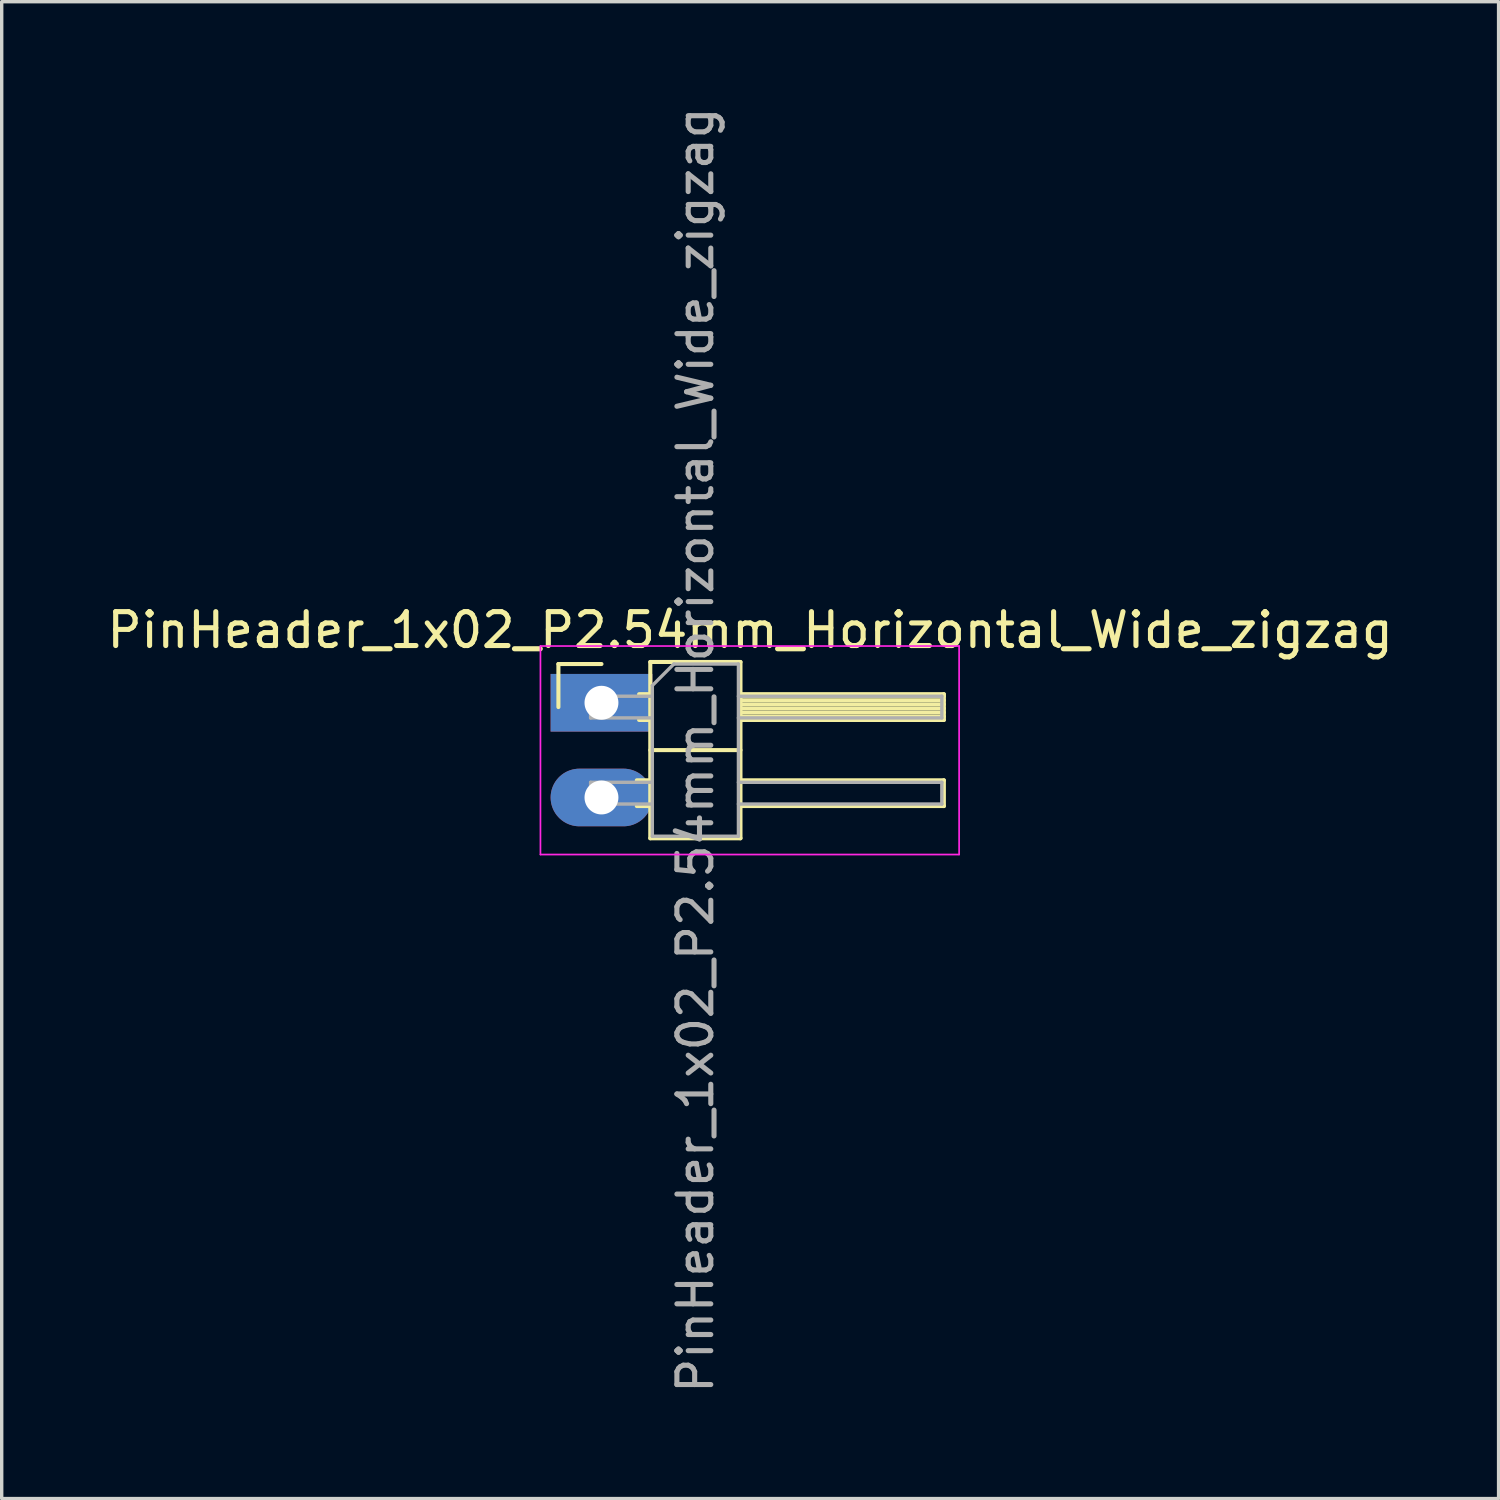
<source format=kicad_pcb>
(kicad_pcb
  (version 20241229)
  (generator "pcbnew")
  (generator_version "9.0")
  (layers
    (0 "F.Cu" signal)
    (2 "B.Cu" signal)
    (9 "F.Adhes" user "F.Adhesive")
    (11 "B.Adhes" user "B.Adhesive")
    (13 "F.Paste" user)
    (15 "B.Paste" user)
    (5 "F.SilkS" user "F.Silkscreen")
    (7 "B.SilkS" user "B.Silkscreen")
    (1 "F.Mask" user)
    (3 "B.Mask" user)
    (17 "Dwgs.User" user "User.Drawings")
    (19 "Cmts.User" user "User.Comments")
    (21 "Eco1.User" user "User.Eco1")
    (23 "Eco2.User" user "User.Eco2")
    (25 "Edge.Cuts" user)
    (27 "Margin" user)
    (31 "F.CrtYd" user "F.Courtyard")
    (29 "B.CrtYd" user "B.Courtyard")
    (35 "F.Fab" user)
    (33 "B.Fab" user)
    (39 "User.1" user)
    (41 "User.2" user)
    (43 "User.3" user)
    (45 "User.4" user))
  (footprint "PinHeader_1x02_P2.54mm_Horizontal_Wide_zigzag"
    (layer "F.Cu")
    (at 14.692 17.807)
    (property "Reference" "PinHeader_1x02_P2.54mm_Horizontal_Wide_zigzag" (at 4.385 -2.27 0) (layer "F.SilkS") (effects (font (size 1 1) (thickness 0.15))))
    (attr through_hole)
    (fp_line (start -1.27 -1.27) (end 0 -1.27) (stroke (width 0.12) (type solid)) (layer "F.SilkS"))
    (fp_line (start -1.27 0) (end -1.27 -1.27) (stroke (width 0.12) (type solid)) (layer "F.SilkS"))
    (fp_line (start 1.043 2.16) (end 1.44 2.16) (stroke (width 0.12) (type solid)) (layer "F.SilkS"))
    (fp_line (start 1.043 2.92) (end 1.44 2.92) (stroke (width 0.12) (type solid)) (layer "F.SilkS"))
    (fp_line (start 1.11 -0.38) (end 1.44 -0.38) (stroke (width 0.12) (type solid)) (layer "F.SilkS"))
    (fp_line (start 1.11 0.38) (end 1.44 0.38) (stroke (width 0.12) (type solid)) (layer "F.SilkS"))
    (fp_line (start 1.44 -1.33) (end 1.44 3.87) (stroke (width 0.12) (type solid)) (layer "F.SilkS"))
    (fp_line (start 1.44 1.27) (end 4.1 1.27) (stroke (width 0.12) (type solid)) (layer "F.SilkS"))
    (fp_line (start 1.44 3.87) (end 4.1 3.87) (stroke (width 0.12) (type solid)) (layer "F.SilkS"))
    (fp_line (start 4.1 -1.33) (end 1.44 -1.33) (stroke (width 0.12) (type solid)) (layer "F.SilkS"))
    (fp_line (start 4.1 -0.38) (end 10.1 -0.38) (stroke (width 0.12) (type solid)) (layer "F.SilkS"))
    (fp_line (start 4.1 -0.32) (end 10.1 -0.32) (stroke (width 0.12) (type solid)) (layer "F.SilkS"))
    (fp_line (start 4.1 -0.2) (end 10.1 -0.2) (stroke (width 0.12) (type solid)) (layer "F.SilkS"))
    (fp_line (start 4.1 -0.08) (end 10.1 -0.08) (stroke (width 0.12) (type solid)) (layer "F.SilkS"))
    (fp_line (start 4.1 0.04) (end 10.1 0.04) (stroke (width 0.12) (type solid)) (layer "F.SilkS"))
    (fp_line (start 4.1 0.16) (end 10.1 0.16) (stroke (width 0.12) (type solid)) (layer "F.SilkS"))
    (fp_line (start 4.1 0.28) (end 10.1 0.28) (stroke (width 0.12) (type solid)) (layer "F.SilkS"))
    (fp_line (start 4.1 2.16) (end 10.1 2.16) (stroke (width 0.12) (type solid)) (layer "F.SilkS"))
    (fp_line (start 4.1 3.87) (end 4.1 -1.33) (stroke (width 0.12) (type solid)) (layer "F.SilkS"))
    (fp_line (start 10.1 -0.38) (end 10.1 0.38) (stroke (width 0.12) (type solid)) (layer "F.SilkS"))
    (fp_line (start 10.1 0.38) (end 4.1 0.38) (stroke (width 0.12) (type solid)) (layer "F.SilkS"))
    (fp_line (start 10.1 2.16) (end 10.1 2.92) (stroke (width 0.12) (type solid)) (layer "F.SilkS"))
    (fp_line (start 10.1 2.92) (end 4.1 2.92) (stroke (width 0.12) (type solid)) (layer "F.SilkS"))
    (fp_line (start -1.8 -1.8) (end -1.8 4.35) (stroke (width 0.05) (type solid)) (layer "F.CrtYd"))
    (fp_line (start -1.8 4.35) (end 10.55 4.35) (stroke (width 0.05) (type solid)) (layer "F.CrtYd"))
    (fp_line (start 10.55 -1.8) (end -1.8 -1.8) (stroke (width 0.05) (type solid)) (layer "F.CrtYd"))
    (fp_line (start 10.55 4.35) (end 10.55 -1.8) (stroke (width 0.05) (type solid)) (layer "F.CrtYd"))
    (fp_line (start -0.32 -0.32) (end -0.32 0.32) (stroke (width 0.1) (type solid)) (layer "F.Fab"))
    (fp_line (start -0.32 -0.32) (end 1.5 -0.32) (stroke (width 0.1) (type solid)) (layer "F.Fab"))
    (fp_line (start -0.32 0.32) (end 1.5 0.32) (stroke (width 0.1) (type solid)) (layer "F.Fab"))
    (fp_line (start -0.32 2.22) (end -0.32 2.86) (stroke (width 0.1) (type solid)) (layer "F.Fab"))
    (fp_line (start -0.32 2.22) (end 1.5 2.22) (stroke (width 0.1) (type solid)) (layer "F.Fab"))
    (fp_line (start -0.32 2.86) (end 1.5 2.86) (stroke (width 0.1) (type solid)) (layer "F.Fab"))
    (fp_line (start 1.5 -0.635) (end 2.135 -1.27) (stroke (width 0.1) (type solid)) (layer "F.Fab"))
    (fp_line (start 1.5 3.81) (end 1.5 -0.635) (stroke (width 0.1) (type solid)) (layer "F.Fab"))
    (fp_line (start 2.135 -1.27) (end 4.04 -1.27) (stroke (width 0.1) (type solid)) (layer "F.Fab"))
    (fp_line (start 4.04 -1.27) (end 4.04 3.81) (stroke (width 0.1) (type solid)) (layer "F.Fab"))
    (fp_line (start 4.04 -0.32) (end 10.04 -0.32) (stroke (width 0.1) (type solid)) (layer "F.Fab"))
    (fp_line (start 4.04 0.32) (end 10.04 0.32) (stroke (width 0.1) (type solid)) (layer "F.Fab"))
    (fp_line (start 4.04 2.22) (end 10.04 2.22) (stroke (width 0.1) (type solid)) (layer "F.Fab"))
    (fp_line (start 4.04 2.86) (end 10.04 2.86) (stroke (width 0.1) (type solid)) (layer "F.Fab"))
    (fp_line (start 4.04 3.81) (end 1.5 3.81) (stroke (width 0.1) (type solid)) (layer "F.Fab"))
    (fp_line (start 10.04 -0.32) (end 10.04 0.32) (stroke (width 0.1) (type solid)) (layer "F.Fab"))
    (fp_line (start 10.04 2.22) (end 10.04 2.86) (stroke (width 0.1) (type solid)) (layer "F.Fab"))
    (fp_text user "${REFERENCE}" (at 2.77 1.27 90) (layer "F.Fab") (effects (font (size 1 1) (thickness 0.15))))
    (pad "1" thru_hole rect (at 0 -0.127) (size 3 1.7) (drill 1) (layers "*.Cu" "*.Mask"))
    (pad "2" thru_hole oval (at 0 2.667) (size 3 1.7) (drill 1) (layers "*.Cu" "*.Mask")))
  (gr_rect
    (start -3 -3)
    (end 41.155 41.155)
    (stroke (width 0.1) (type default))
    (fill no)
    (layer "Edge.Cuts")))
</source>
